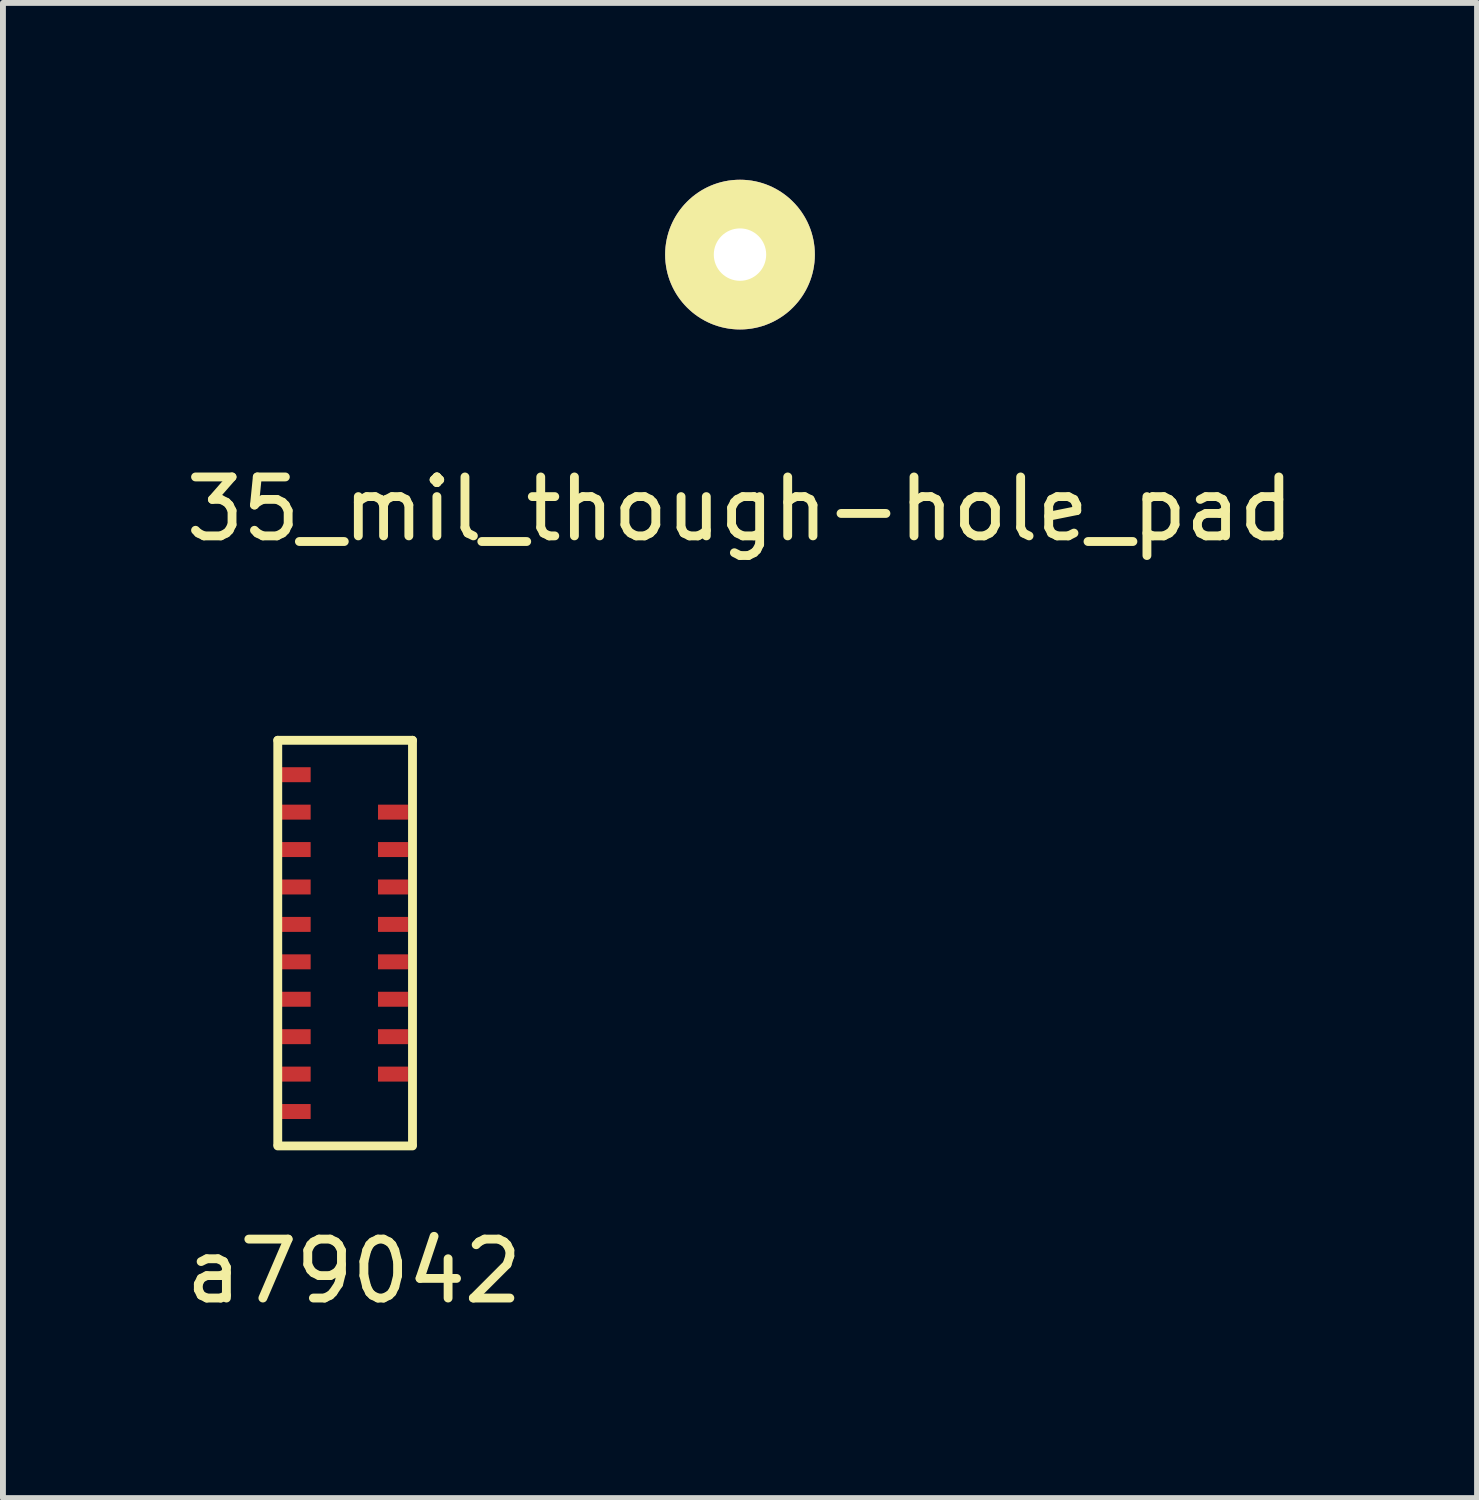
<source format=kicad_pcb>
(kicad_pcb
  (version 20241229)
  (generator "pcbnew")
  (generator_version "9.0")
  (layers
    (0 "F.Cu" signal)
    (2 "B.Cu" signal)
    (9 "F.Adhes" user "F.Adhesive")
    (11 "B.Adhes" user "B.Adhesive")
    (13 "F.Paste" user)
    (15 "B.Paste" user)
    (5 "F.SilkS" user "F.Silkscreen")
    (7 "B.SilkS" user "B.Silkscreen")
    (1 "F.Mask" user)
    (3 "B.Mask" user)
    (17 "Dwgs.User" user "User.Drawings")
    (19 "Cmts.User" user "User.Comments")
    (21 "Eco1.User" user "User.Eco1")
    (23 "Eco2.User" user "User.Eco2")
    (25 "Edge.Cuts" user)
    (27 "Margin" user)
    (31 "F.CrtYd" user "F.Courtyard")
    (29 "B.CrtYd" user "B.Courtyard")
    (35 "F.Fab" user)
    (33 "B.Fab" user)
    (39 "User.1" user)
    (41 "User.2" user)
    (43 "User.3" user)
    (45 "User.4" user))
  (footprint "a79042"
    (layer "F.Cu")
    (at 2.831 12.94)
    (property "Reference" "a79042" (at 0.127 5.58 0) (layer "F.SilkS") (effects (font (size 1 1) (thickness 0.15))))
    (attr through_hole)
    (fp_line (start -1.168 -3.429) (end -1.168 3.429) (stroke (width 0.15) (type solid)) (layer "F.SilkS"))
    (fp_line (start -1.168 -3.429) (end 1.118 -3.429) (stroke (width 0.15) (type solid)) (layer "F.SilkS"))
    (fp_line (start -1.168 3.454) (end 1.118 3.454) (stroke (width 0.15) (type solid)) (layer "F.SilkS"))
    (fp_line (start 1.118 -3.429) (end 1.118 3.429) (stroke (width 0.15) (type solid)) (layer "F.SilkS"))
    (pad "1" smd rect (at -0.864 2.87) (size 0.508 0.254) (layers "F.Cu" "F.Mask" "F.Paste"))
    (pad "2" smd rect (at -0.864 2.235) (size 0.508 0.254) (layers "F.Cu" "F.Mask" "F.Paste"))
    (pad "3" smd rect (at -0.864 1.6) (size 0.508 0.254) (layers "F.Cu" "F.Mask" "F.Paste"))
    (pad "4" smd rect (at -0.864 0.965) (size 0.508 0.254) (layers "F.Cu" "F.Mask" "F.Paste"))
    (pad "5" smd rect (at -0.864 0.33) (size 0.508 0.254) (layers "F.Cu" "F.Mask" "F.Paste"))
    (pad "6" smd rect (at -0.864 -0.305) (size 0.508 0.254) (layers "F.Cu" "F.Mask" "F.Paste"))
    (pad "7" smd rect (at -0.864 -0.94) (size 0.508 0.254) (layers "F.Cu" "F.Mask" "F.Paste"))
    (pad "8" smd rect (at -0.864 -1.575) (size 0.508 0.254) (layers "F.Cu" "F.Mask" "F.Paste"))
    (pad "9" smd rect (at -0.864 -2.21) (size 0.508 0.254) (layers "F.Cu" "F.Mask" "F.Paste"))
    (pad "10" smd rect (at -0.864 -2.845) (size 0.508 0.254) (layers "F.Cu" "F.Mask" "F.Paste"))
    (pad "11" smd rect (at 0.787 -2.21) (size 0.508 0.254) (layers "F.Cu" "F.Mask" "F.Paste"))
    (pad "12" smd rect (at 0.787 -1.575) (size 0.508 0.254) (layers "F.Cu" "F.Mask" "F.Paste"))
    (pad "13" smd rect (at 0.787 -0.94) (size 0.508 0.254) (layers "F.Cu" "F.Mask" "F.Paste"))
    (pad "14" smd rect (at 0.787 -0.305) (size 0.508 0.254) (layers "F.Cu" "F.Mask" "F.Paste"))
    (pad "15" smd rect (at 0.787 0.33) (size 0.508 0.254) (layers "F.Cu" "F.Mask" "F.Paste"))
    (pad "16" smd rect (at 0.787 0.965) (size 0.508 0.254) (layers "F.Cu" "F.Mask" "F.Paste"))
    (pad "17" smd rect (at 0.787 1.6) (size 0.508 0.254) (layers "F.Cu" "F.Mask" "F.Paste"))
    (pad "18" smd rect (at 0.787 2.235) (size 0.508 0.254) (layers "F.Cu" "F.Mask" "F.Paste")))
  (footprint "35_mil_though-hole_pad"
    (layer "F.Cu")
    (at 9.506 1.27)
    (property "Reference" "35_mil_though-hole_pad" (at 0 4.318 0) (layer "F.SilkS") (effects (font (size 1 1) (thickness 0.15))))
    (attr through_hole)
    (pad "1" thru_hole circle (at 0 0) (size 2.54 2.54) (drill 0.889) (layers "*.Cu" "*.Mask" "F.SilkS")))
  (gr_rect
    (start -3 -3)
    (end 22.012 22.369)
    (stroke (width 0.1) (type default))
    (fill no)
    (layer "Edge.Cuts")))
</source>
